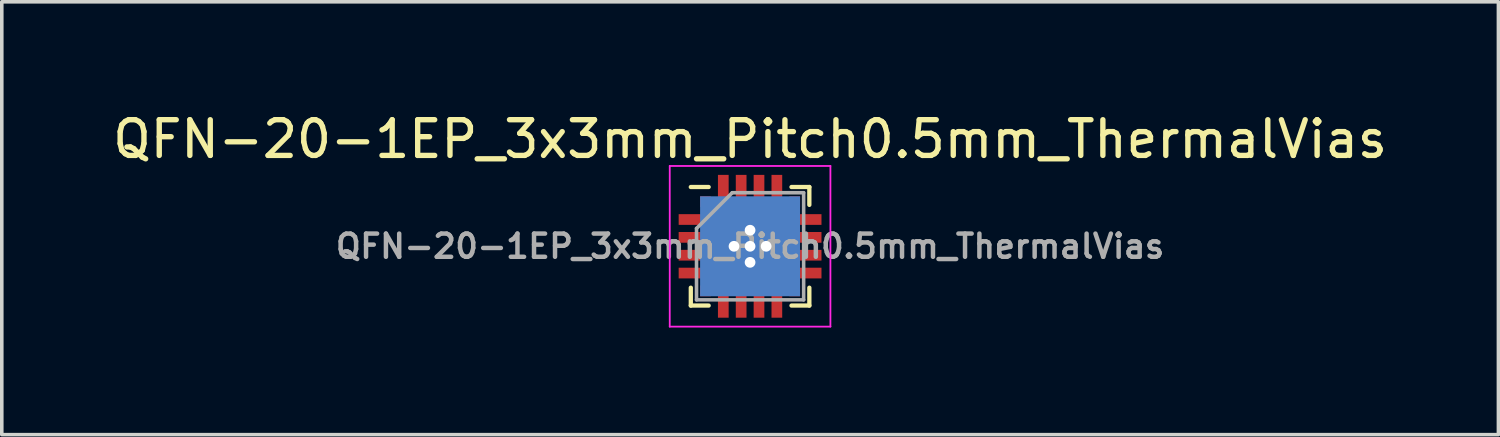
<source format=kicad_pcb>
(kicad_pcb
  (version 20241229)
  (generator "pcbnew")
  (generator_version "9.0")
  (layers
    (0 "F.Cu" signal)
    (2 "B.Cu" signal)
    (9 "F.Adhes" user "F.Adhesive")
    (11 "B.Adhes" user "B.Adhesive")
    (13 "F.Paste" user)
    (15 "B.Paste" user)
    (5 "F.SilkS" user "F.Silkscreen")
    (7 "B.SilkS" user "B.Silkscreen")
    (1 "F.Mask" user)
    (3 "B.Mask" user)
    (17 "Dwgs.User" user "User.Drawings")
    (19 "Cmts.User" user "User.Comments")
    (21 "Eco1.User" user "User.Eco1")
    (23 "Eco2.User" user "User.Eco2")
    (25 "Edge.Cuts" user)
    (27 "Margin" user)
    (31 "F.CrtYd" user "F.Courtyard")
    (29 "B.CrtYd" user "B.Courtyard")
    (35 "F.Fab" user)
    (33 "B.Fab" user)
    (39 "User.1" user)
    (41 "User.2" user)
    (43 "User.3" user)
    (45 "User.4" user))
  (footprint "QFN-20-1EP_3x3mm_Pitch0.5mm_ThermalVias"
    (layer "F.Cu")
    (at 17.958 3.848)
    (property "Reference" "QFN-20-1EP_3x3mm_Pitch0.5mm_ThermalVias" (at 0 -3 0) (layer "F.SilkS") (effects (font (size 1 1) (thickness 0.15))))
    (attr smd)
    (fp_line (start -1.66 -1.66) (end -1.16 -1.66) (stroke (width 0.12) (type solid)) (layer "F.SilkS"))
    (fp_line (start -1.66 1.66) (end -1.66 1.16) (stroke (width 0.12) (type solid)) (layer "F.SilkS"))
    (fp_line (start -1.16 1.66) (end -1.66 1.66) (stroke (width 0.12) (type solid)) (layer "F.SilkS"))
    (fp_line (start 1.16 -1.66) (end 1.66 -1.66) (stroke (width 0.12) (type solid)) (layer "F.SilkS"))
    (fp_line (start 1.16 1.66) (end 1.66 1.66) (stroke (width 0.12) (type solid)) (layer "F.SilkS"))
    (fp_line (start 1.66 -1.66) (end 1.66 -1.16) (stroke (width 0.12) (type solid)) (layer "F.SilkS"))
    (fp_line (start 1.66 1.66) (end 1.66 1.16) (stroke (width 0.12) (type solid)) (layer "F.SilkS"))
    (fp_line (start -2.25 -2.25) (end -2.25 2.25) (stroke (width 0.05) (type solid)) (layer "F.CrtYd"))
    (fp_line (start -2.25 2.25) (end 2.25 2.25) (stroke (width 0.05) (type solid)) (layer "F.CrtYd"))
    (fp_line (start 2.25 -2.25) (end -2.25 -2.25) (stroke (width 0.05) (type solid)) (layer "F.CrtYd"))
    (fp_line (start 2.25 2.25) (end 2.25 -2.25) (stroke (width 0.05) (type solid)) (layer "F.CrtYd"))
    (fp_line (start -1.5 -0.5) (end -0.5 -1.5) (stroke (width 0.1) (type solid)) (layer "F.Fab"))
    (fp_line (start -1.5 1.5) (end -1.5 -0.5) (stroke (width 0.1) (type solid)) (layer "F.Fab"))
    (fp_line (start -0.5 -1.5) (end 1.5 -1.5) (stroke (width 0.1) (type solid)) (layer "F.Fab"))
    (fp_line (start 1.5 -1.5) (end 1.5 1.5) (stroke (width 0.1) (type solid)) (layer "F.Fab"))
    (fp_line (start 1.5 1.5) (end -1.5 1.5) (stroke (width 0.1) (type solid)) (layer "F.Fab"))
    (fp_text user "${REFERENCE}" (at 0 0 0) (layer "F.Fab") (effects (font (size 0.65 0.65) (thickness 0.125))))
    (pad "" smd rect (at -0.45 -0.45) (size 0.54 0.54) (layers "F.Paste"))
    (pad "" smd rect (at -0.45 0.45) (size 0.54 0.54) (layers "F.Paste"))
    (pad "" smd rect (at 0.45 -0.45) (size 0.54 0.54) (layers "F.Paste"))
    (pad "" smd rect (at 0.45 0.45) (size 0.54 0.54) (layers "F.Paste"))
    (pad "1" smd rect (at -1.25 -1.25) (size 0.3 0.3) (layers "F.Cu" "F.Mask" "F.Paste"))
    (pad "2" smd rect (at -1.55 -0.75) (size 0.9 0.3) (layers "F.Cu" "F.Mask" "F.Paste"))
    (pad "3" smd rect (at -1.55 -0.25) (size 0.9 0.3) (layers "F.Cu" "F.Mask" "F.Paste"))
    (pad "4" smd rect (at -1.55 0.25) (size 0.9 0.3) (layers "F.Cu" "F.Mask" "F.Paste"))
    (pad "5" smd rect (at -1.55 0.75) (size 0.9 0.3) (layers "F.Cu" "F.Mask" "F.Paste"))
    (pad "6" smd rect (at -1.25 1.25) (size 0.3 0.3) (layers "F.Cu" "F.Mask" "F.Paste"))
    (pad "7" smd rect (at -0.75 1.55 90) (size 0.9 0.3) (layers "F.Cu" "F.Mask" "F.Paste"))
    (pad "8" smd rect (at -0.25 1.55 90) (size 0.9 0.3) (layers "F.Cu" "F.Mask" "F.Paste"))
    (pad "9" smd rect (at 0.25 1.55 90) (size 0.9 0.3) (layers "F.Cu" "F.Mask" "F.Paste"))
    (pad "10" smd rect (at 0.75 1.55 90) (size 0.9 0.3) (layers "F.Cu" "F.Mask" "F.Paste"))
    (pad "11" smd rect (at 1.25 1.25) (size 0.3 0.3) (layers "F.Cu" "F.Mask" "F.Paste"))
    (pad "12" smd rect (at 1.55 0.75) (size 0.9 0.3) (layers "F.Cu" "F.Mask" "F.Paste"))
    (pad "13" smd rect (at 1.55 0.25) (size 0.9 0.3) (layers "F.Cu" "F.Mask" "F.Paste"))
    (pad "14" smd rect (at 1.55 -0.25) (size 0.9 0.3) (layers "F.Cu" "F.Mask" "F.Paste"))
    (pad "15" smd rect (at 1.55 -0.75) (size 0.9 0.3) (layers "F.Cu" "F.Mask" "F.Paste"))
    (pad "16" smd rect (at 1.25 -1.25) (size 0.3 0.3) (layers "F.Cu" "F.Mask" "F.Paste"))
    (pad "17" smd rect (at 0.75 -1.55 90) (size 0.9 0.3) (layers "F.Cu" "F.Mask" "F.Paste"))
    (pad "18" smd rect (at 0.25 -1.55 90) (size 0.9 0.3) (layers "F.Cu" "F.Mask" "F.Paste"))
    (pad "19" smd rect (at -0.25 -1.55 90) (size 0.9 0.3) (layers "F.Cu" "F.Mask" "F.Paste"))
    (pad "20" smd rect (at -0.75 -1.55 90) (size 0.9 0.3) (layers "F.Cu" "F.Mask" "F.Paste"))
    (pad "21" thru_hole circle (at -0.45 0) (size 0.6 0.6) (drill 0.3) (layers "*.Cu"))
    (pad "21" thru_hole circle (at 0 -0.45) (size 0.6 0.6) (drill 0.3) (layers "*.Cu"))
    (pad "21" thru_hole circle (at 0 0) (size 0.6 0.6) (drill 0.3) (layers "*.Cu"))
    (pad "21" smd rect (at 0 0) (size 1.8 1.8) (layers "F.Cu" "F.Mask"))
    (pad "21" smd rect (at 0 0) (size 2.8 2.8) (layers "B.Cu"))
    (pad "21" thru_hole circle (at 0 0.45) (size 0.6 0.6) (drill 0.3) (layers "*.Cu"))
    (pad "21" thru_hole circle (at 0.45 0) (size 0.6 0.6) (drill 0.3) (layers "*.Cu")))
  (gr_rect
    (start -3 -3)
    (end 38.917 9.123)
    (stroke (width 0.1) (type default))
    (fill no)
    (layer "Edge.Cuts")))
</source>
